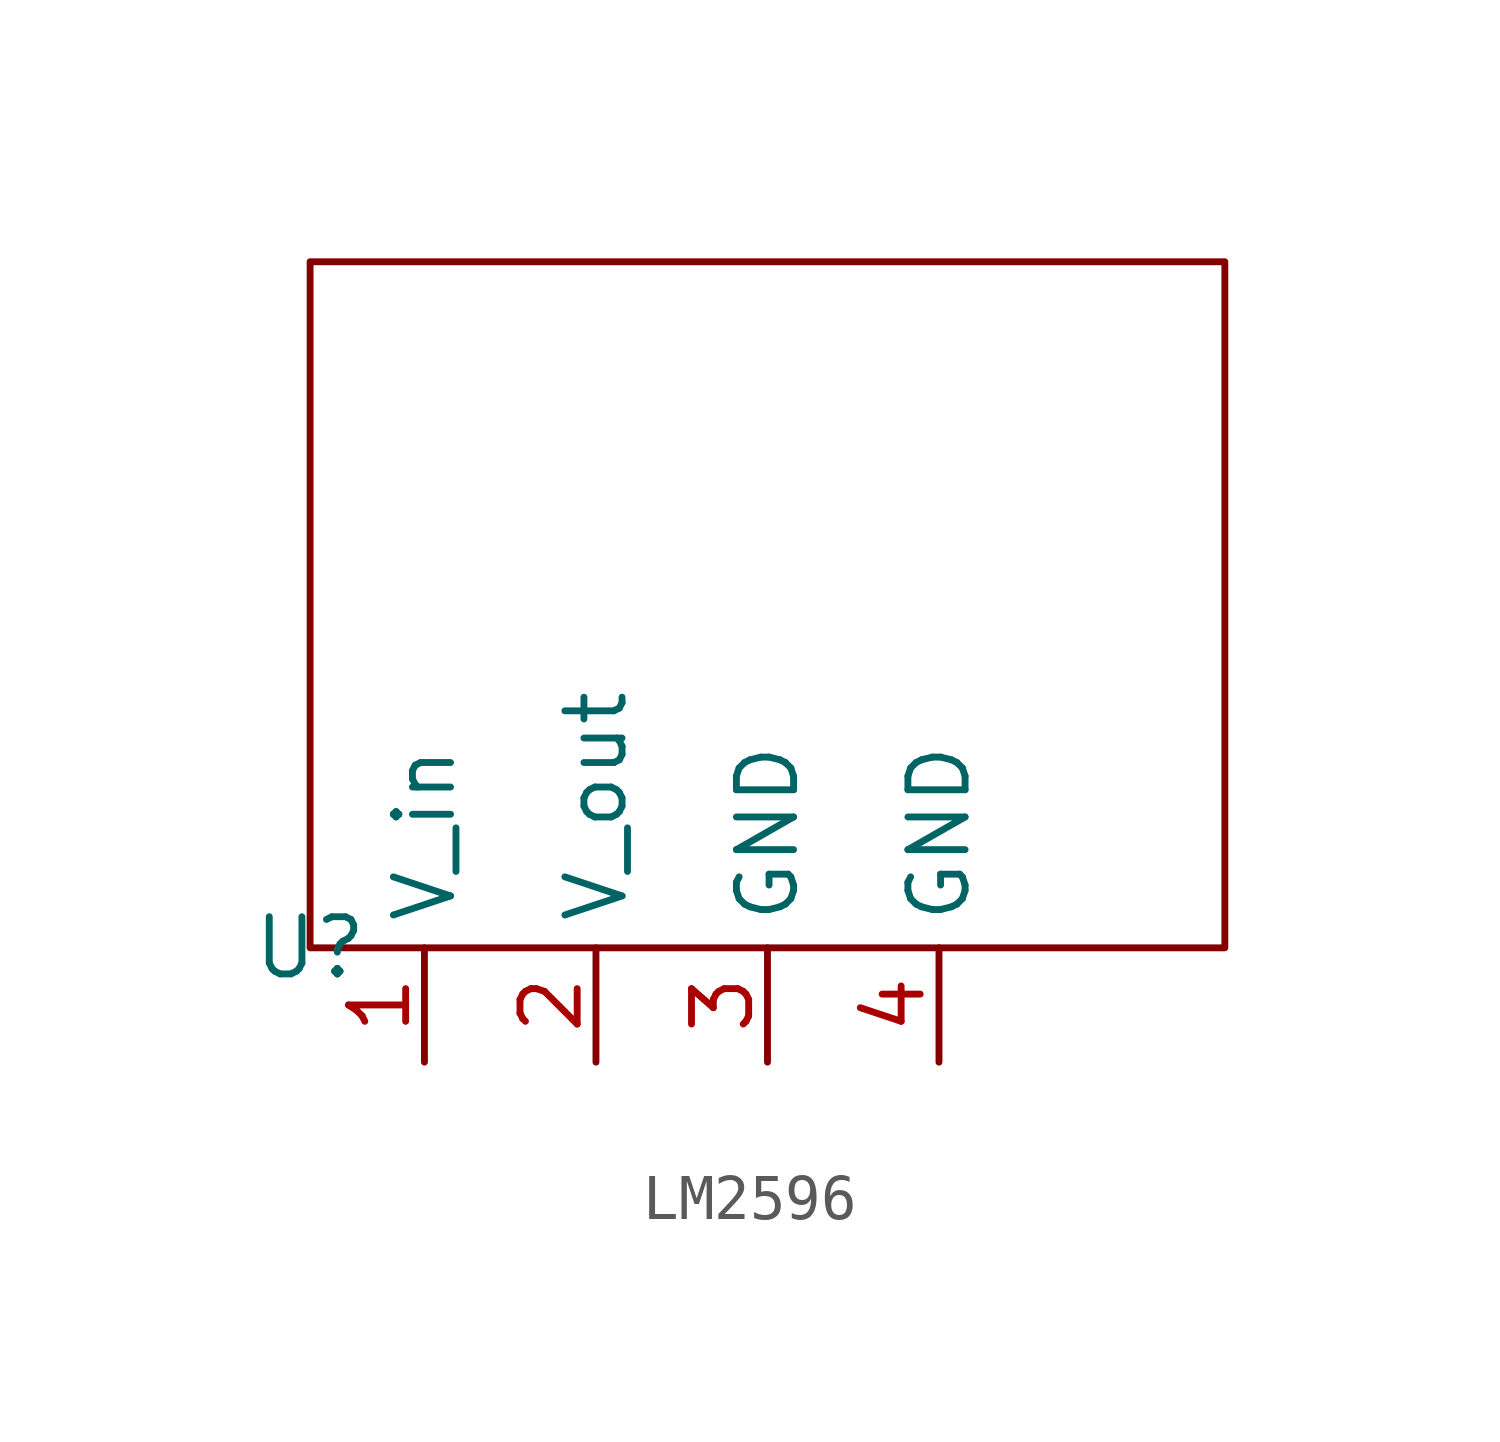
<source format=kicad_sym>
(kicad_symbol_lib
  (version 20241209)
  (generator "kicad_symbol_editor")
  (generator_version "9.0")
  (symbol "LM2596"
    (property "Reference" "U"
      (at 0 0 0)
      (effects (font (size 1.27 1.27))))
    (property "Value" ""
      (at 0 0 0)
      (effects (font (size 1.27 1.27))))
    (symbol "LM2596_0_1"
      (rectangle (start 0 0) (end 20.32 15.24) (stroke (width 0) (type default)) (fill (type none))))
    (symbol "LM2596_1_1"
      (pin input line (at 2.54 -2.54 90) (length 2.54) (name "V_in" (effects (font (size 1.27 1.27)))) (number "1" (effects (font (size 1.27 1.27)))))
      (pin input line (at 6.35 -2.54 90) (length 2.54) (name "V_out" (effects (font (size 1.27 1.27)))) (number "2" (effects (font (size 1.27 1.27)))))
      (pin input line (at 10.16 -2.54 90) (length 2.54) (name "GND" (effects (font (size 1.27 1.27)))) (number "3" (effects (font (size 1.27 1.27)))))
      (pin input line (at 13.97 -2.54 90) (length 2.54) (name "GND" (effects (font (size 1.27 1.27)))) (number "4" (effects (font (size 1.27 1.27))))))))
</source>
